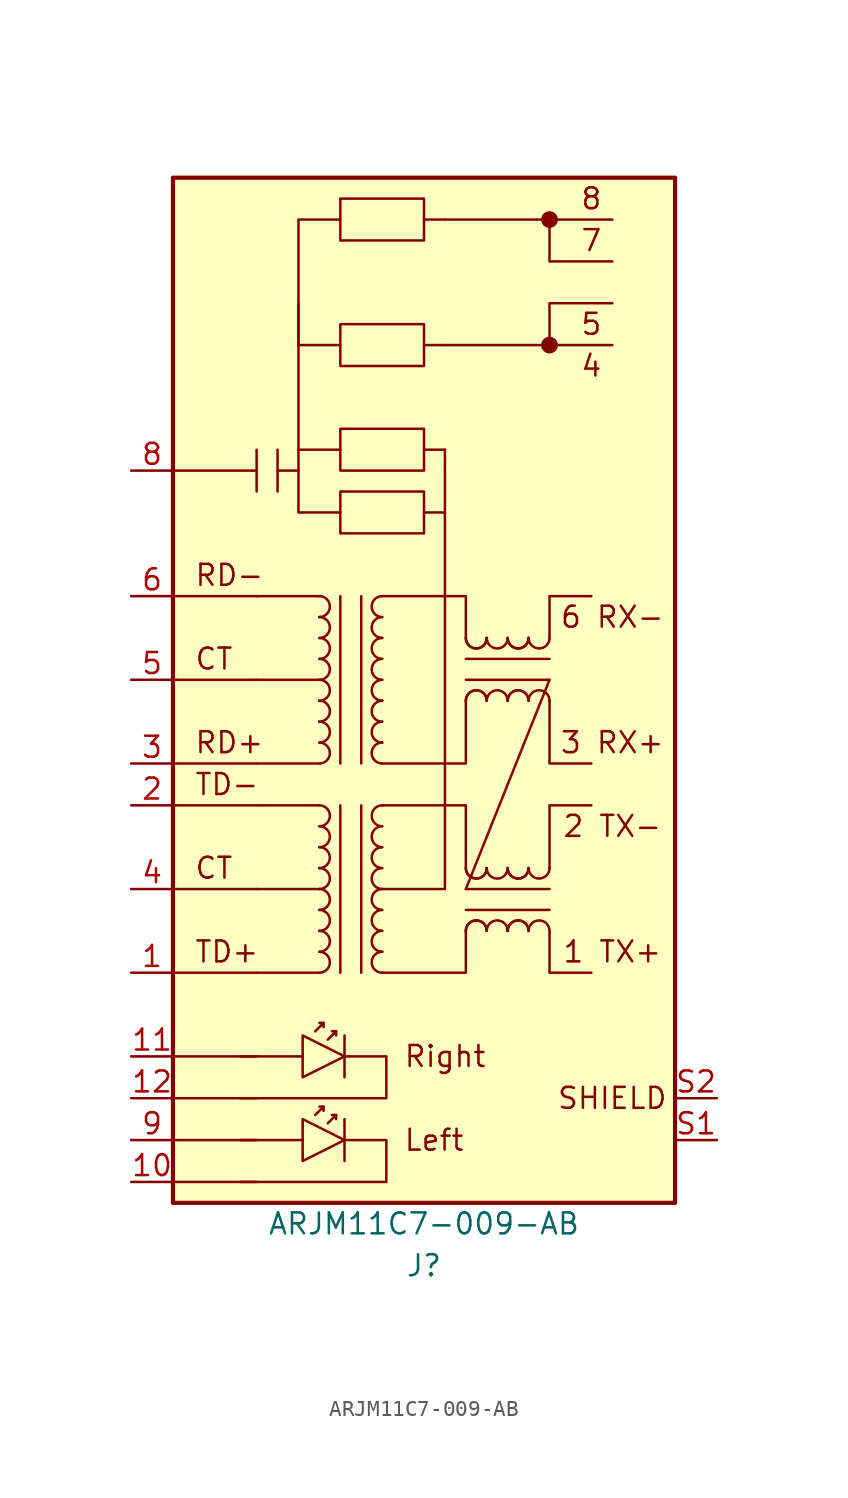
<source format=kicad_sym>
(kicad_symbol_lib
  (version 20220914)
  (generator kicad_symbol_editor)
  (symbol "ARJM11C7-009-AB"
    (pin_names
      (offset 1.016) hide)
    (property "Reference" "J"
      (at 0 -38.1 0)
      (effects (font (size 1.27 1.27))))
    (property "Value" "ARJM11C7-009-AB"
      (at 0 -35.56 0)
      (effects (font (size 1.27 1.27))))
    (symbol "ARJM11C7-009-AB_0_0"
      (rectangle (start -15.24 27.94) (end 15.24 -34.29) (stroke (width 0.254) (type default)) (fill (type background)))
      (rectangle (start -5.08 8.89) (end 0 6.35) (stroke (width 0) (type default)) (fill (type none)))
      (rectangle (start -5.08 19.05) (end 0 16.51) (stroke (width 0) (type default)) (fill (type none)))
      (polyline (pts (xy -15.24 -33.02) (xy -10.16 -33.02)) (stroke (width 0) (type default)) (fill (type none)))
      (polyline (pts (xy -15.24 -30.48) (xy -10.16 -30.48)) (stroke (width 0) (type default)) (fill (type none)))
      (polyline (pts (xy -15.24 -27.94) (xy -10.16 -27.94)) (stroke (width 0) (type default)) (fill (type none)))
      (polyline (pts (xy -15.24 -25.4) (xy -10.16 -25.4)) (stroke (width 0) (type default)) (fill (type none)))
      (polyline (pts (xy -15.24 -20.32) (xy -10.16 -20.32)) (stroke (width 0) (type default)) (fill (type none)))
      (polyline (pts (xy -15.24 -15.24) (xy -10.16 -15.24)) (stroke (width 0) (type default)) (fill (type none)))
      (polyline (pts (xy -15.24 -10.16) (xy -10.16 -10.16)) (stroke (width 0) (type default)) (fill (type none)))
      (polyline (pts (xy -15.24 -7.62) (xy -10.16 -7.62)) (stroke (width 0) (type default)) (fill (type none)))
      (polyline (pts (xy -15.24 -2.54) (xy -10.16 -2.54)) (stroke (width 0) (type default)) (fill (type none)))
      (polyline (pts (xy -15.24 2.54) (xy -10.16 2.54)) (stroke (width 0) (type default)) (fill (type none)))
      (polyline (pts (xy -11.176 -25.4) (xy -7.366 -25.4)) (stroke (width 0) (type default)) (fill (type none)))
      (polyline (pts (xy 1.27 10.16) (xy 1.27 11.43)) (stroke (width 0) (type default)) (fill (type none)))
      (polyline (pts (xy 7.62 17.78) (xy 7.62 20.32) (xy 11.43 20.32)) (stroke (width 0) (type default)) (fill (type none)))
      (polyline (pts (xy 7.62 25.4) (xy 7.62 22.86) (xy 11.43 22.86)) (stroke (width 0) (type default)) (fill (type none)))
      (polyline (pts (xy -4.826 -25.4) (xy -2.286 -25.4) (xy -2.286 -27.94) (xy -11.176 -27.94)) (stroke (width 0) (type default)) (fill (type none)))
      (polyline (pts (xy -2.54 -15.24) (xy -1.27 -15.24) (xy 1.27 -15.24) (xy 1.27 10.16)) (stroke (width 0) (type default)) (fill (type none)))
      (text "1 TX+" (at 11.43 -19.05 0) (effects (font (size 1.27 1.27))))
      (text "2 TX-" (at 11.43 -11.43 0) (effects (font (size 1.27 1.27))))
      (text "3 RX+" (at 11.43 -6.35 0) (effects (font (size 1.27 1.27))))
      (text "4" (at 10.16 16.51 0) (effects (font (size 1.27 1.27))))
      (text "5" (at 10.16 19.05 0) (effects (font (size 1.27 1.27))))
      (text "6 RX-" (at 11.43 1.27 0) (effects (font (size 1.27 1.27))))
      (text "7" (at 10.16 24.13 0) (effects (font (size 1.27 1.27))))
      (text "8" (at 10.16 26.67 0) (effects (font (size 1.27 1.27))))
      (text "CT" (at -13.97 -1.27 0) (effects (font (size 1.27 1.27)) (justify left)))
      (text "RD-" (at -13.97 3.81 0) (effects (font (size 1.27 1.27)) (justify left)))
      (text "Right" (at -1.27 -25.4 0) (effects (font (size 1.27 1.27)) (justify left)))
      (text "SHIELD" (at 11.43 -27.94 0) (effects (font (size 1.27 1.27)))))
    (symbol "ARJM11C7-009-AB_0_1"
      (arc (start -6.35 -16.51) (mid -5.7177 -15.875) (end -6.35 -15.24) (stroke (width 0) (type default)) (fill (type none)))
      (arc (start -6.35 -15.24) (mid -5.7177 -14.605) (end -6.35 -13.97) (stroke (width 0) (type default)) (fill (type none)))
      (arc (start -6.35 -13.97) (mid -6.35 -13.97) (end -6.35 -13.97) (stroke (width 0) (type default)) (fill (type none)))
      (arc (start -6.35 -11.43) (mid -5.7177 -10.795) (end -6.35 -10.16) (stroke (width 0) (type default)) (fill (type none)))
      (polyline (pts (xy -8.89 11.43) (xy -8.89 8.89)) (stroke (width 0) (type default)) (fill (type none)))
      (polyline (pts (xy -6.35 -20.32) (xy -10.16 -20.32)) (stroke (width 0) (type default)) (fill (type none)))
      (polyline (pts (xy -6.35 -15.24) (xy -10.16 -15.24)) (stroke (width 0) (type default)) (fill (type none)))
      (polyline (pts (xy -6.35 -10.16) (xy -10.16 -10.16)) (stroke (width 0) (type default)) (fill (type none)))
      (polyline (pts (xy -6.35 -7.62) (xy -10.16 -7.62)) (stroke (width 0) (type default)) (fill (type none)))
      (polyline (pts (xy -6.35 -2.54) (xy -10.16 -2.54)) (stroke (width 0) (type default)) (fill (type none)))
      (polyline (pts (xy -6.35 2.54) (xy -10.16 2.54)) (stroke (width 0) (type default)) (fill (type none)))
      (polyline (pts (xy -6.096 -28.448) (xy -6.35 -28.448)) (stroke (width 0) (type default)) (fill (type none)))
      (polyline (pts (xy -5.334 -28.956) (xy -5.588 -28.956)) (stroke (width 0) (type default)) (fill (type none)))
      (polyline (pts (xy -4.826 -24.13) (xy -4.826 -26.67)) (stroke (width 0) (type default)) (fill (type none)))
      (polyline (pts (xy 0 7.62) (xy 1.27 7.62)) (stroke (width 0) (type default)) (fill (type none)))
      (polyline (pts (xy 0 11.43) (xy 1.27 11.43)) (stroke (width 0) (type default)) (fill (type none)))
      (polyline (pts (xy 0 17.78) (xy 1.27 17.78)) (stroke (width 0) (type default)) (fill (type none)))
      (polyline (pts (xy 0 25.4) (xy 1.27 25.4)) (stroke (width 0) (type default)) (fill (type none)))
      (polyline (pts (xy -7.62 10.16) (xy -7.62 7.62) (xy -5.08 7.62)) (stroke (width 0) (type default)) (fill (type none)))
      (polyline (pts (xy -7.62 20.32) (xy -7.62 17.78) (xy -5.08 17.78)) (stroke (width 0) (type default)) (fill (type none)))
      (polyline (pts (xy -6.604 -28.956) (xy -6.096 -28.448) (xy -6.096 -28.702)) (stroke (width 0) (type default)) (fill (type none)))
      (polyline (pts (xy -5.842 -29.464) (xy -5.334 -28.956) (xy -5.334 -29.21)) (stroke (width 0) (type default)) (fill (type none)))
      (polyline (pts (xy -15.24 10.16) (xy -10.16 10.16) (xy -10.16 11.43) (xy -10.16 8.89)) (stroke (width 0) (type default)) (fill (type none)))
      (polyline (pts (xy -7.366 -24.13) (xy -7.366 -26.67) (xy -4.826 -25.4) (xy -7.366 -24.13)) (stroke (width 0) (type default)) (fill (type none)))
      (polyline (pts (xy -5.08 11.43) (xy -7.62 11.43) (xy -7.62 10.16) (xy -8.89 10.16)) (stroke (width 0) (type default)) (fill (type none))))
    (symbol "ARJM11C7-009-AB_1_1"
      (arc (start -6.35 -20.32) (mid -5.7177 -19.685) (end -6.35 -19.05) (stroke (width 0) (type default)) (fill (type none)))
      (arc (start -6.35 -19.05) (mid -5.7177 -18.415) (end -6.35 -17.78) (stroke (width 0) (type default)) (fill (type none)))
      (arc (start -6.35 -17.78) (mid -6.35 -17.78) (end -6.35 -17.78) (stroke (width 0) (type default)) (fill (type none)))
      (arc (start -6.35 -17.78) (mid -5.7177 -17.145) (end -6.35 -16.51) (stroke (width 0) (type default)) (fill (type none)))
      (arc (start -6.35 -13.97) (mid -5.7177 -13.335) (end -6.35 -12.7) (stroke (width 0) (type default)) (fill (type none)))
      (arc (start -6.35 -12.7) (mid -5.7177 -12.065) (end -6.35 -11.43) (stroke (width 0) (type default)) (fill (type none)))
      (arc (start -6.35 -7.62) (mid -5.7177 -6.985) (end -6.35 -6.35) (stroke (width 0) (type default)) (fill (type none)))
      (arc (start -6.35 -6.35) (mid -5.7177 -5.715) (end -6.35 -5.08) (stroke (width 0) (type default)) (fill (type none)))
      (arc (start -6.35 -5.08) (mid -6.35 -5.08) (end -6.35 -5.08) (stroke (width 0) (type default)) (fill (type none)))
      (arc (start -6.35 -5.08) (mid -5.7177 -4.445) (end -6.35 -3.81) (stroke (width 0) (type default)) (fill (type none)))
      (arc (start -6.35 -3.81) (mid -6.35 -3.81) (end -6.35 -3.81) (stroke (width 0) (type default)) (fill (type none)))
      (arc (start -6.35 -3.81) (mid -5.7177 -3.175) (end -6.35 -2.54) (stroke (width 0) (type default)) (fill (type none)))
      (arc (start -6.35 -2.54) (mid -5.7177 -1.905) (end -6.35 -1.27) (stroke (width 0) (type default)) (fill (type none)))
      (arc (start -6.35 -1.27) (mid -5.7177 -0.635) (end -6.35 0) (stroke (width 0) (type default)) (fill (type none)))
      (arc (start -6.35 0) (mid -5.7177 0.635) (end -6.35 1.27) (stroke (width 0) (type default)) (fill (type none)))
      (arc (start -6.35 1.27) (mid -6.35 1.27) (end -6.35 1.27) (stroke (width 0) (type default)) (fill (type none)))
      (arc (start -6.35 1.27) (mid -5.7177 1.905) (end -6.35 2.54) (stroke (width 0) (type default)) (fill (type none)))
      (rectangle (start -5.08 12.7) (end 0 10.16) (stroke (width 0) (type default)) (fill (type none)))
      (rectangle (start -5.08 26.67) (end 0 24.13) (stroke (width 0) (type default)) (fill (type none)))
      (arc (start -2.54 -19.05) (mid -3.1723 -19.685) (end -2.54 -20.32) (stroke (width 0) (type default)) (fill (type none)))
      (arc (start -2.54 -19.05) (mid -2.54 -19.05) (end -2.54 -19.05) (stroke (width 0) (type default)) (fill (type none)))
      (arc (start -2.54 -17.78) (mid -3.1723 -18.415) (end -2.54 -19.05) (stroke (width 0) (type default)) (fill (type none)))
      (arc (start -2.54 -16.51) (mid -3.1723 -17.145) (end -2.54 -17.78) (stroke (width 0) (type default)) (fill (type none)))
      (arc (start -2.54 -15.24) (mid -3.1723 -15.875) (end -2.54 -16.51) (stroke (width 0) (type default)) (fill (type none)))
      (arc (start -2.54 -15.24) (mid -2.54 -15.24) (end -2.54 -15.24) (stroke (width 0) (type default)) (fill (type none)))
      (arc (start -2.54 -13.97) (mid -3.1723 -14.605) (end -2.54 -15.24) (stroke (width 0) (type default)) (fill (type none)))
      (arc (start -2.54 -12.7) (mid -3.1723 -13.335) (end -2.54 -13.97) (stroke (width 0) (type default)) (fill (type none)))
      (arc (start -2.54 -11.43) (mid -3.1723 -12.065) (end -2.54 -12.7) (stroke (width 0) (type default)) (fill (type none)))
      (arc (start -2.54 -10.16) (mid -3.1723 -10.795) (end -2.54 -11.43) (stroke (width 0) (type default)) (fill (type none)))
      (arc (start -2.54 -6.35) (mid -3.1723 -6.985) (end -2.54 -7.62) (stroke (width 0) (type default)) (fill (type none)))
      (arc (start -2.54 -6.35) (mid -2.54 -6.35) (end -2.54 -6.35) (stroke (width 0) (type default)) (fill (type none)))
      (arc (start -2.54 -5.08) (mid -3.1723 -5.715) (end -2.54 -6.35) (stroke (width 0) (type default)) (fill (type none)))
      (arc (start -2.54 -3.81) (mid -3.1723 -4.445) (end -2.54 -5.08) (stroke (width 0) (type default)) (fill (type none)))
      (arc (start -2.54 -3.81) (mid -2.54 -3.81) (end -2.54 -3.81) (stroke (width 0) (type default)) (fill (type none)))
      (arc (start -2.54 -2.54) (mid -3.1723 -3.175) (end -2.54 -3.81) (stroke (width 0) (type default)) (fill (type none)))
      (arc (start -2.54 -1.27) (mid -3.1723 -1.905) (end -2.54 -2.54) (stroke (width 0) (type default)) (fill (type none)))
      (arc (start -2.54 0) (mid -3.1723 -0.635) (end -2.54 -1.27) (stroke (width 0) (type default)) (fill (type none)))
      (arc (start -2.54 0) (mid -2.54 0) (end -2.54 0) (stroke (width 0) (type default)) (fill (type none)))
      (arc (start -2.54 1.27) (mid -3.1723 0.635) (end -2.54 0) (stroke (width 0) (type default)) (fill (type none)))
      (arc (start -2.54 2.54) (mid -3.1723 1.905) (end -2.54 1.27) (stroke (width 0) (type default)) (fill (type none)))
      (polyline (pts (xy -11.176 -30.48) (xy -7.366 -30.48)) (stroke (width 0) (type default)) (fill (type none)))
      (polyline (pts (xy -6.096 -23.368) (xy -6.35 -23.368)) (stroke (width 0) (type default)) (fill (type none)))
      (polyline (pts (xy -5.334 -23.876) (xy -5.588 -23.876)) (stroke (width 0) (type default)) (fill (type none)))
      (polyline (pts (xy -5.08 -10.16) (xy -5.08 -20.32)) (stroke (width 0) (type default)) (fill (type none)))
      (polyline (pts (xy -5.08 2.54) (xy -5.08 -7.62)) (stroke (width 0) (type default)) (fill (type none)))
      (polyline (pts (xy -4.826 -29.21) (xy -4.826 -31.75)) (stroke (width 0) (type default)) (fill (type none)))
      (polyline (pts (xy -3.81 -20.32) (xy -3.81 -10.16)) (stroke (width 0) (type default)) (fill (type none)))
      (polyline (pts (xy -3.81 -7.62) (xy -3.81 2.54)) (stroke (width 0) (type default)) (fill (type none)))
      (polyline (pts (xy 2.54 -16.51) (xy 7.62 -16.51)) (stroke (width 0) (type default)) (fill (type none)))
      (polyline (pts (xy 2.54 -15.24) (xy 7.62 -2.54)) (stroke (width 0) (type default)) (fill (type none)))
      (polyline (pts (xy 2.54 -2.54) (xy 7.62 -2.54)) (stroke (width 0) (type default)) (fill (type none)))
      (polyline (pts (xy 7.62 -15.24) (xy 2.54 -15.24)) (stroke (width 0) (type default)) (fill (type none)))
      (polyline (pts (xy 7.62 -1.27) (xy 2.54 -1.27)) (stroke (width 0) (type default)) (fill (type none)))
      (polyline (pts (xy 11.43 17.78) (xy 1.27 17.78)) (stroke (width 0) (type default)) (fill (type none)))
      (polyline (pts (xy 11.43 25.4) (xy 1.27 25.4)) (stroke (width 0) (type default)) (fill (type none)))
      (polyline (pts (xy -6.604 -23.876) (xy -6.096 -23.368) (xy -6.096 -23.622)) (stroke (width 0) (type default)) (fill (type none)))
      (polyline (pts (xy -5.842 -24.384) (xy -5.334 -23.876) (xy -5.334 -24.13)) (stroke (width 0) (type default)) (fill (type none)))
      (polyline (pts (xy -5.08 25.4) (xy -7.62 25.4) (xy -7.62 11.43)) (stroke (width 0) (type default)) (fill (type none)))
      (polyline (pts (xy -2.54 -10.16) (xy 2.54 -10.16) (xy 2.54 -13.97)) (stroke (width 0) (type default)) (fill (type none)))
      (polyline (pts (xy -2.54 -7.62) (xy 2.54 -7.62) (xy 2.54 -3.81)) (stroke (width 0) (type default)) (fill (type none)))
      (polyline (pts (xy -2.54 2.54) (xy 2.54 2.54) (xy 2.54 0)) (stroke (width 0) (type default)) (fill (type none)))
      (polyline (pts (xy 2.54 -17.78) (xy 2.54 -20.32) (xy -2.54 -20.32)) (stroke (width 0) (type default)) (fill (type none)))
      (polyline (pts (xy 7.62 -17.78) (xy 7.62 -20.32) (xy 10.16 -20.32)) (stroke (width 0) (type default)) (fill (type none)))
      (polyline (pts (xy 7.62 -13.97) (xy 7.62 -10.16) (xy 10.16 -10.16)) (stroke (width 0) (type default)) (fill (type none)))
      (polyline (pts (xy 7.62 -3.81) (xy 7.62 -7.62) (xy 10.16 -7.62)) (stroke (width 0) (type default)) (fill (type none)))
      (polyline (pts (xy 7.62 0) (xy 7.62 2.54) (xy 10.16 2.54)) (stroke (width 0) (type default)) (fill (type none)))
      (polyline (pts (xy -7.366 -29.21) (xy -7.366 -31.75) (xy -4.826 -30.48) (xy -7.366 -29.21)) (stroke (width 0) (type default)) (fill (type none)))
      (polyline (pts (xy -4.826 -30.48) (xy -2.286 -30.48) (xy -2.286 -33.02) (xy -11.176 -33.02)) (stroke (width 0) (type default)) (fill (type none)))
      (arc (start 2.54 -17.78) (mid 2.54 -17.78) (end 2.54 -17.78) (stroke (width 0) (type default)) (fill (type none)))
      (arc (start 2.54 -13.97) (mid 3.175 -14.6023) (end 3.81 -13.97) (stroke (width 0) (type default)) (fill (type none)))
      (arc (start 2.54 -13.97) (mid 3.175 -14.6023) (end 3.81 -13.97) (stroke (width 0) (type default)) (fill (type none)))
      (arc (start 2.54 -3.81) (mid 2.54 -3.81) (end 2.54 -3.81) (stroke (width 0) (type default)) (fill (type none)))
      (arc (start 2.54 0) (mid 3.175 -0.6323) (end 3.81 0) (stroke (width 0) (type default)) (fill (type none)))
      (arc (start 2.54 0) (mid 3.175 -0.6323) (end 3.81 0) (stroke (width 0) (type default)) (fill (type none)))
      (arc (start 3.81 -17.78) (mid 3.175 -17.1477) (end 2.54 -17.78) (stroke (width 0) (type default)) (fill (type none)))
      (arc (start 3.81 -17.78) (mid 3.175 -17.1477) (end 2.54 -17.78) (stroke (width 0) (type default)) (fill (type none)))
      (arc (start 3.81 -13.97) (mid 3.81 -13.97) (end 3.81 -13.97) (stroke (width 0) (type default)) (fill (type none)))
      (arc (start 3.81 -13.97) (mid 4.445 -14.6023) (end 5.08 -13.97) (stroke (width 0) (type default)) (fill (type none)))
      (arc (start 3.81 -3.81) (mid 3.175 -3.1777) (end 2.54 -3.81) (stroke (width 0) (type default)) (fill (type none)))
      (arc (start 3.81 -3.81) (mid 3.175 -3.1777) (end 2.54 -3.81) (stroke (width 0) (type default)) (fill (type none)))
      (arc (start 3.81 0) (mid 3.81 0) (end 3.81 0) (stroke (width 0) (type default)) (fill (type none)))
      (arc (start 3.81 0) (mid 4.445 -0.6323) (end 5.08 0) (stroke (width 0) (type default)) (fill (type none)))
      (arc (start 5.08 -17.78) (mid 4.445 -17.1477) (end 3.81 -17.78) (stroke (width 0) (type default)) (fill (type none)))
      (arc (start 5.08 -17.78) (mid 5.08 -17.78) (end 5.08 -17.78) (stroke (width 0) (type default)) (fill (type none)))
      (arc (start 5.08 -13.97) (mid 5.715 -14.6023) (end 6.35 -13.97) (stroke (width 0) (type default)) (fill (type none)))
      (arc (start 5.08 -13.97) (mid 5.715 -14.6023) (end 6.35 -13.97) (stroke (width 0) (type default)) (fill (type none)))
      (arc (start 5.08 -3.81) (mid 4.445 -3.1777) (end 3.81 -3.81) (stroke (width 0) (type default)) (fill (type none)))
      (arc (start 5.08 -3.81) (mid 5.08 -3.81) (end 5.08 -3.81) (stroke (width 0) (type default)) (fill (type none)))
      (arc (start 5.08 0) (mid 5.715 -0.6323) (end 6.35 0) (stroke (width 0) (type default)) (fill (type none)))
      (arc (start 5.08 0) (mid 5.715 -0.6323) (end 6.35 0) (stroke (width 0) (type default)) (fill (type none)))
      (arc (start 6.35 -17.78) (mid 5.715 -17.1477) (end 5.08 -17.78) (stroke (width 0) (type default)) (fill (type none)))
      (arc (start 6.35 -17.78) (mid 5.715 -17.1477) (end 5.08 -17.78) (stroke (width 0) (type default)) (fill (type none)))
      (arc (start 6.35 -13.97) (mid 6.35 -13.97) (end 6.35 -13.97) (stroke (width 0) (type default)) (fill (type none)))
      (arc (start 6.35 -13.97) (mid 6.985 -14.6023) (end 7.62 -13.97) (stroke (width 0) (type default)) (fill (type none)))
      (arc (start 6.35 -3.81) (mid 5.715 -3.1777) (end 5.08 -3.81) (stroke (width 0) (type default)) (fill (type none)))
      (arc (start 6.35 -3.81) (mid 5.715 -3.1777) (end 5.08 -3.81) (stroke (width 0) (type default)) (fill (type none)))
      (arc (start 6.35 0) (mid 6.35 0) (end 6.35 0) (stroke (width 0) (type default)) (fill (type none)))
      (arc (start 6.35 0) (mid 6.985 -0.6323) (end 7.62 0) (stroke (width 0) (type default)) (fill (type none)))
      (arc (start 7.62 -17.78) (mid 6.985 -17.1477) (end 6.35 -17.78) (stroke (width 0) (type default)) (fill (type none)))
      (arc (start 7.62 -3.81) (mid 6.985 -3.1777) (end 6.35 -3.81) (stroke (width 0) (type default)) (fill (type none)))
      (circle (center 7.62 17.78) (radius 0.0001) (stroke (width 0.508) (type default)) (fill (type none)))
      (circle (center 7.62 25.4) (radius 0.0001) (stroke (width 0.508) (type default)) (fill (type none)))
      (text "CT" (at -13.97 -13.97 0) (effects (font (size 1.27 1.27)) (justify left)))
      (text "Left" (at -1.27 -30.48 0) (effects (font (size 1.27 1.27)) (justify left)))
      (text "RD+" (at -13.97 -6.35 0) (effects (font (size 1.27 1.27)) (justify left)))
      (text "TD+" (at -13.97 -19.05 0) (effects (font (size 1.27 1.27)) (justify left)))
      (text "TD-" (at -13.97 -8.89 0) (effects (font (size 1.27 1.27)) (justify left)))
      (pin passive line (at -17.78 -20.32 0) (length 2.54) (name "TD+" (effects (font (size 1.27 1.27)))) (number "1" (effects (font (size 1.27 1.27)))))
      (pin passive line (at -17.78 -33.02 0) (length 2.54) (name "RLED-" (effects (font (size 1.27 1.27)))) (number "10" (effects (font (size 1.27 1.27)))))
      (pin passive line (at -17.78 -25.4 0) (length 2.54) (name "LLED+" (effects (font (size 1.27 1.27)))) (number "11" (effects (font (size 1.27 1.27)))))
      (pin passive line (at -17.78 -27.94 0) (length 2.54) (name "LLED-" (effects (font (size 1.27 1.27)))) (number "12" (effects (font (size 1.27 1.27)))))
      (pin passive line (at -17.78 -10.16 0) (length 2.54) (name "TD-" (effects (font (size 1.27 1.27)))) (number "2" (effects (font (size 1.27 1.27)))))
      (pin passive line (at -17.78 -7.62 0) (length 2.54) (name "RD+" (effects (font (size 1.27 1.27)))) (number "3" (effects (font (size 1.27 1.27)))))
      (pin passive line (at -17.78 -15.24 0) (length 2.54) (name "CT" (effects (font (size 1.27 1.27)))) (number "4" (effects (font (size 1.27 1.27)))))
      (pin passive line (at -17.78 -2.54 0) (length 2.54) (name "CT" (effects (font (size 1.27 1.27)))) (number "5" (effects (font (size 1.27 1.27)))))
      (pin passive line (at -17.78 2.54 0) (length 2.54) (name "RD-" (effects (font (size 1.27 1.27)))) (number "6" (effects (font (size 1.27 1.27)))))
      (pin no_connect line (at -17.78 17.78 0) (length 2.54) hide (name "NC" (effects (font (size 1.27 1.27)))) (number "7" (effects (font (size 1.27 1.27)))))
      (pin passive line (at -17.78 10.16 0) (length 2.54) (name "8" (effects (font (size 1.27 1.27)))) (number "8" (effects (font (size 1.27 1.27)))))
      (pin passive line (at -17.78 -30.48 0) (length 2.54) (name "RLED+" (effects (font (size 1.27 1.27)))) (number "9" (effects (font (size 1.27 1.27)))))
      (pin passive line (at 17.78 -30.48 180) (length 2.54) (name "SHIELD" (effects (font (size 1.27 1.27)))) (number "S1" (effects (font (size 1.27 1.27)))))
      (pin passive line (at 17.78 -27.94 180) (length 2.54) (name "SHIELD" (effects (font (size 1.27 1.27)))) (number "S2" (effects (font (size 1.27 1.27))))))))
</source>
